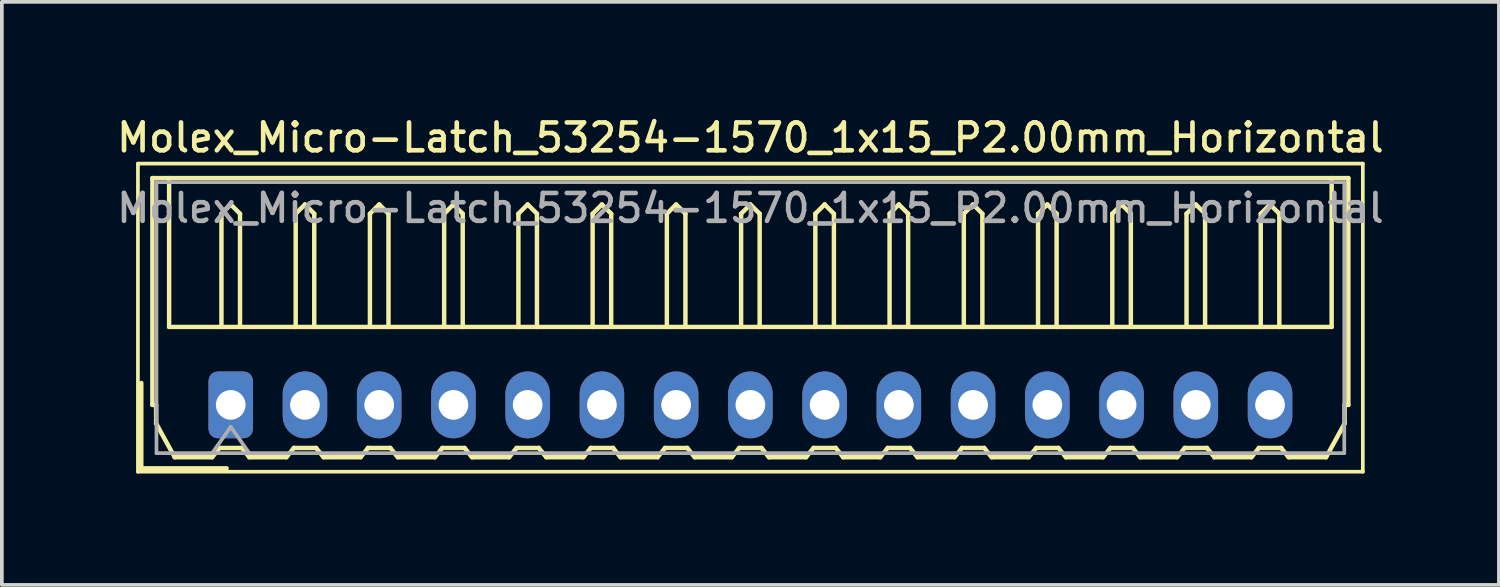
<source format=kicad_pcb>
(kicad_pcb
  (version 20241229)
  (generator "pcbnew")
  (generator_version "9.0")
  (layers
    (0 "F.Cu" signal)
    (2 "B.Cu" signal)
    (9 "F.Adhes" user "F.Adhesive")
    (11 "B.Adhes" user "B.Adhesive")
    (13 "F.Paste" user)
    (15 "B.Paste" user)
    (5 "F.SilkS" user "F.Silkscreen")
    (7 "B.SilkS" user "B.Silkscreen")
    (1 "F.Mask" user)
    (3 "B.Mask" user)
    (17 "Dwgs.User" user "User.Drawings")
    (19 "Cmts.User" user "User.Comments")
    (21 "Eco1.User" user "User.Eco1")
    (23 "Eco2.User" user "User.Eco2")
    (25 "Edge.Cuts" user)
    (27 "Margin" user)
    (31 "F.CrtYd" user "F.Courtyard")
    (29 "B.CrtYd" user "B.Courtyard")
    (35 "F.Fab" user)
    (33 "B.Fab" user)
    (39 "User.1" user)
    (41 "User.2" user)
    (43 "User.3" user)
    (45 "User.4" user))
  (footprint "Molex_Micro-Latch_53254-1570_1x15_P2.00mm_Horizontal"
    (layer "F.Cu")
    (at 3.166 7.858)
    (property "Reference" "Molex_Micro-Latch_53254-1570_1x15_P2.00mm_Horizontal" (at 14 -7.2 0) (layer "F.SilkS") (effects (font (size 0.75 0.75) (thickness 0.125))))
    (attr through_hole)
    (fp_line (start -2.5 -6.5) (end -2.5 1.8) (stroke (width 0.1) (type solid)) (layer "F.SilkS"))
    (fp_line (start -2.5 1.8) (end 30.5 1.8) (stroke (width 0.1) (type solid)) (layer "F.SilkS"))
    (fp_line (start -2.41 1.71) (end -2.41 -0.59) (stroke (width 0.12) (type solid)) (layer "F.SilkS"))
    (fp_line (start -2.11 -6.11) (end 14 -6.11) (stroke (width 0.12) (type solid)) (layer "F.SilkS"))
    (fp_line (start -2.11 0) (end -2.11 -6.11) (stroke (width 0.12) (type solid)) (layer "F.SilkS"))
    (fp_line (start -2.01 0) (end -2.11 0) (stroke (width 0.12) (type solid)) (layer "F.SilkS"))
    (fp_line (start -2.01 0.5) (end -2.01 0) (stroke (width 0.12) (type solid)) (layer "F.SilkS"))
    (fp_line (start -1.66 -6.11) (end -1.66 -2.1) (stroke (width 0.12) (type solid)) (layer "F.SilkS"))
    (fp_line (start -1.66 -2.1) (end 29.66 -2.1) (stroke (width 0.12) (type solid)) (layer "F.SilkS"))
    (fp_line (start -1.51 1.41) (end -2.01 0.5) (stroke (width 0.12) (type solid)) (layer "F.SilkS"))
    (fp_line (start -0.5 1.41) (end -1.51 1.41) (stroke (width 0.12) (type solid)) (layer "F.SilkS"))
    (fp_line (start -0.3 1.16) (end -0.5 1.41) (stroke (width 0.12) (type solid)) (layer "F.SilkS"))
    (fp_line (start -0.3 1.16) (end 0.3 1.16) (stroke (width 0.12) (type solid)) (layer "F.SilkS"))
    (fp_line (start -0.25 -5.15) (end 0 -5.4) (stroke (width 0.12) (type solid)) (layer "F.SilkS"))
    (fp_line (start -0.25 -2.1) (end -0.25 -5.15) (stroke (width 0.12) (type solid)) (layer "F.SilkS"))
    (fp_line (start -0.11 1.71) (end -2.41 1.71) (stroke (width 0.12) (type solid)) (layer "F.SilkS"))
    (fp_line (start 0 -5.4) (end 0.25 -5.15) (stroke (width 0.12) (type solid)) (layer "F.SilkS"))
    (fp_line (start 0.25 -5.15) (end 0.25 -2.1) (stroke (width 0.12) (type solid)) (layer "F.SilkS"))
    (fp_line (start 0.3 1.16) (end 0.5 1.41) (stroke (width 0.12) (type solid)) (layer "F.SilkS"))
    (fp_line (start 0.5 1.41) (end 1.5 1.41) (stroke (width 0.12) (type solid)) (layer "F.SilkS"))
    (fp_line (start 1.5 1.41) (end 1.7 1.16) (stroke (width 0.12) (type solid)) (layer "F.SilkS"))
    (fp_line (start 1.7 1.16) (end 2.3 1.16) (stroke (width 0.12) (type solid)) (layer "F.SilkS"))
    (fp_line (start 1.75 -5.15) (end 2 -5.4) (stroke (width 0.12) (type solid)) (layer "F.SilkS"))
    (fp_line (start 1.75 -2.1) (end 1.75 -5.15) (stroke (width 0.12) (type solid)) (layer "F.SilkS"))
    (fp_line (start 2 -5.4) (end 2.25 -5.15) (stroke (width 0.12) (type solid)) (layer "F.SilkS"))
    (fp_line (start 2.25 -5.15) (end 2.25 -2.1) (stroke (width 0.12) (type solid)) (layer "F.SilkS"))
    (fp_line (start 2.3 1.16) (end 2.5 1.41) (stroke (width 0.12) (type solid)) (layer "F.SilkS"))
    (fp_line (start 2.5 1.41) (end 3.5 1.41) (stroke (width 0.12) (type solid)) (layer "F.SilkS"))
    (fp_line (start 3.5 1.41) (end 3.7 1.16) (stroke (width 0.12) (type solid)) (layer "F.SilkS"))
    (fp_line (start 3.7 1.16) (end 4.3 1.16) (stroke (width 0.12) (type solid)) (layer "F.SilkS"))
    (fp_line (start 3.75 -5.15) (end 4 -5.4) (stroke (width 0.12) (type solid)) (layer "F.SilkS"))
    (fp_line (start 3.75 -2.1) (end 3.75 -5.15) (stroke (width 0.12) (type solid)) (layer "F.SilkS"))
    (fp_line (start 4 -5.4) (end 4.25 -5.15) (stroke (width 0.12) (type solid)) (layer "F.SilkS"))
    (fp_line (start 4.25 -5.15) (end 4.25 -2.1) (stroke (width 0.12) (type solid)) (layer "F.SilkS"))
    (fp_line (start 4.3 1.16) (end 4.5 1.41) (stroke (width 0.12) (type solid)) (layer "F.SilkS"))
    (fp_line (start 4.5 1.41) (end 5.5 1.41) (stroke (width 0.12) (type solid)) (layer "F.SilkS"))
    (fp_line (start 5.5 1.41) (end 5.7 1.16) (stroke (width 0.12) (type solid)) (layer "F.SilkS"))
    (fp_line (start 5.7 1.16) (end 6.3 1.16) (stroke (width 0.12) (type solid)) (layer "F.SilkS"))
    (fp_line (start 5.75 -5.15) (end 6 -5.4) (stroke (width 0.12) (type solid)) (layer "F.SilkS"))
    (fp_line (start 5.75 -2.1) (end 5.75 -5.15) (stroke (width 0.12) (type solid)) (layer "F.SilkS"))
    (fp_line (start 6 -5.4) (end 6.25 -5.15) (stroke (width 0.12) (type solid)) (layer "F.SilkS"))
    (fp_line (start 6.25 -5.15) (end 6.25 -2.1) (stroke (width 0.12) (type solid)) (layer "F.SilkS"))
    (fp_line (start 6.3 1.16) (end 6.5 1.41) (stroke (width 0.12) (type solid)) (layer "F.SilkS"))
    (fp_line (start 6.5 1.41) (end 7.5 1.41) (stroke (width 0.12) (type solid)) (layer "F.SilkS"))
    (fp_line (start 7.5 1.41) (end 7.7 1.16) (stroke (width 0.12) (type solid)) (layer "F.SilkS"))
    (fp_line (start 7.7 1.16) (end 8.3 1.16) (stroke (width 0.12) (type solid)) (layer "F.SilkS"))
    (fp_line (start 7.75 -5.15) (end 8 -5.4) (stroke (width 0.12) (type solid)) (layer "F.SilkS"))
    (fp_line (start 7.75 -2.1) (end 7.75 -5.15) (stroke (width 0.12) (type solid)) (layer "F.SilkS"))
    (fp_line (start 8 -5.4) (end 8.25 -5.15) (stroke (width 0.12) (type solid)) (layer "F.SilkS"))
    (fp_line (start 8.25 -5.15) (end 8.25 -2.1) (stroke (width 0.12) (type solid)) (layer "F.SilkS"))
    (fp_line (start 8.3 1.16) (end 8.5 1.41) (stroke (width 0.12) (type solid)) (layer "F.SilkS"))
    (fp_line (start 8.5 1.41) (end 9.5 1.41) (stroke (width 0.12) (type solid)) (layer "F.SilkS"))
    (fp_line (start 9.5 1.41) (end 9.7 1.16) (stroke (width 0.12) (type solid)) (layer "F.SilkS"))
    (fp_line (start 9.7 1.16) (end 10.3 1.16) (stroke (width 0.12) (type solid)) (layer "F.SilkS"))
    (fp_line (start 9.75 -5.15) (end 10 -5.4) (stroke (width 0.12) (type solid)) (layer "F.SilkS"))
    (fp_line (start 9.75 -2.1) (end 9.75 -5.15) (stroke (width 0.12) (type solid)) (layer "F.SilkS"))
    (fp_line (start 10 -5.4) (end 10.25 -5.15) (stroke (width 0.12) (type solid)) (layer "F.SilkS"))
    (fp_line (start 10.25 -5.15) (end 10.25 -2.1) (stroke (width 0.12) (type solid)) (layer "F.SilkS"))
    (fp_line (start 10.3 1.16) (end 10.5 1.41) (stroke (width 0.12) (type solid)) (layer "F.SilkS"))
    (fp_line (start 10.5 1.41) (end 11.5 1.41) (stroke (width 0.12) (type solid)) (layer "F.SilkS"))
    (fp_line (start 11.5 1.41) (end 11.7 1.16) (stroke (width 0.12) (type solid)) (layer "F.SilkS"))
    (fp_line (start 11.7 1.16) (end 12.3 1.16) (stroke (width 0.12) (type solid)) (layer "F.SilkS"))
    (fp_line (start 11.75 -5.15) (end 12 -5.4) (stroke (width 0.12) (type solid)) (layer "F.SilkS"))
    (fp_line (start 11.75 -2.1) (end 11.75 -5.15) (stroke (width 0.12) (type solid)) (layer "F.SilkS"))
    (fp_line (start 12 -5.4) (end 12.25 -5.15) (stroke (width 0.12) (type solid)) (layer "F.SilkS"))
    (fp_line (start 12.25 -5.15) (end 12.25 -2.1) (stroke (width 0.12) (type solid)) (layer "F.SilkS"))
    (fp_line (start 12.3 1.16) (end 12.5 1.41) (stroke (width 0.12) (type solid)) (layer "F.SilkS"))
    (fp_line (start 12.5 1.41) (end 13.5 1.41) (stroke (width 0.12) (type solid)) (layer "F.SilkS"))
    (fp_line (start 13.5 1.41) (end 13.7 1.16) (stroke (width 0.12) (type solid)) (layer "F.SilkS"))
    (fp_line (start 13.7 1.16) (end 14.3 1.16) (stroke (width 0.12) (type solid)) (layer "F.SilkS"))
    (fp_line (start 13.75 -5.15) (end 14 -5.4) (stroke (width 0.12) (type solid)) (layer "F.SilkS"))
    (fp_line (start 13.75 -2.1) (end 13.75 -5.15) (stroke (width 0.12) (type solid)) (layer "F.SilkS"))
    (fp_line (start 14 -5.4) (end 14.25 -5.15) (stroke (width 0.12) (type solid)) (layer "F.SilkS"))
    (fp_line (start 14.25 -5.15) (end 14.25 -2.1) (stroke (width 0.12) (type solid)) (layer "F.SilkS"))
    (fp_line (start 14.3 1.16) (end 14.5 1.41) (stroke (width 0.12) (type solid)) (layer "F.SilkS"))
    (fp_line (start 14.5 1.41) (end 15.5 1.41) (stroke (width 0.12) (type solid)) (layer "F.SilkS"))
    (fp_line (start 15.5 1.41) (end 15.7 1.16) (stroke (width 0.12) (type solid)) (layer "F.SilkS"))
    (fp_line (start 15.7 1.16) (end 16.3 1.16) (stroke (width 0.12) (type solid)) (layer "F.SilkS"))
    (fp_line (start 15.75 -5.15) (end 16 -5.4) (stroke (width 0.12) (type solid)) (layer "F.SilkS"))
    (fp_line (start 15.75 -2.1) (end 15.75 -5.15) (stroke (width 0.12) (type solid)) (layer "F.SilkS"))
    (fp_line (start 16 -5.4) (end 16.25 -5.15) (stroke (width 0.12) (type solid)) (layer "F.SilkS"))
    (fp_line (start 16.25 -5.15) (end 16.25 -2.1) (stroke (width 0.12) (type solid)) (layer "F.SilkS"))
    (fp_line (start 16.3 1.16) (end 16.5 1.41) (stroke (width 0.12) (type solid)) (layer "F.SilkS"))
    (fp_line (start 16.5 1.41) (end 17.5 1.41) (stroke (width 0.12) (type solid)) (layer "F.SilkS"))
    (fp_line (start 17.5 1.41) (end 17.7 1.16) (stroke (width 0.12) (type solid)) (layer "F.SilkS"))
    (fp_line (start 17.7 1.16) (end 18.3 1.16) (stroke (width 0.12) (type solid)) (layer "F.SilkS"))
    (fp_line (start 17.75 -5.15) (end 18 -5.4) (stroke (width 0.12) (type solid)) (layer "F.SilkS"))
    (fp_line (start 17.75 -2.1) (end 17.75 -5.15) (stroke (width 0.12) (type solid)) (layer "F.SilkS"))
    (fp_line (start 18 -5.4) (end 18.25 -5.15) (stroke (width 0.12) (type solid)) (layer "F.SilkS"))
    (fp_line (start 18.25 -5.15) (end 18.25 -2.1) (stroke (width 0.12) (type solid)) (layer "F.SilkS"))
    (fp_line (start 18.3 1.16) (end 18.5 1.41) (stroke (width 0.12) (type solid)) (layer "F.SilkS"))
    (fp_line (start 18.5 1.41) (end 19.5 1.41) (stroke (width 0.12) (type solid)) (layer "F.SilkS"))
    (fp_line (start 19.5 1.41) (end 19.7 1.16) (stroke (width 0.12) (type solid)) (layer "F.SilkS"))
    (fp_line (start 19.7 1.16) (end 20.3 1.16) (stroke (width 0.12) (type solid)) (layer "F.SilkS"))
    (fp_line (start 19.75 -5.15) (end 20 -5.4) (stroke (width 0.12) (type solid)) (layer "F.SilkS"))
    (fp_line (start 19.75 -2.1) (end 19.75 -5.15) (stroke (width 0.12) (type solid)) (layer "F.SilkS"))
    (fp_line (start 20 -5.4) (end 20.25 -5.15) (stroke (width 0.12) (type solid)) (layer "F.SilkS"))
    (fp_line (start 20.25 -5.15) (end 20.25 -2.1) (stroke (width 0.12) (type solid)) (layer "F.SilkS"))
    (fp_line (start 20.3 1.16) (end 20.5 1.41) (stroke (width 0.12) (type solid)) (layer "F.SilkS"))
    (fp_line (start 20.5 1.41) (end 21.5 1.41) (stroke (width 0.12) (type solid)) (layer "F.SilkS"))
    (fp_line (start 21.5 1.41) (end 21.7 1.16) (stroke (width 0.12) (type solid)) (layer "F.SilkS"))
    (fp_line (start 21.7 1.16) (end 22.3 1.16) (stroke (width 0.12) (type solid)) (layer "F.SilkS"))
    (fp_line (start 21.75 -5.15) (end 22 -5.4) (stroke (width 0.12) (type solid)) (layer "F.SilkS"))
    (fp_line (start 21.75 -2.1) (end 21.75 -5.15) (stroke (width 0.12) (type solid)) (layer "F.SilkS"))
    (fp_line (start 22 -5.4) (end 22.25 -5.15) (stroke (width 0.12) (type solid)) (layer "F.SilkS"))
    (fp_line (start 22.25 -5.15) (end 22.25 -2.1) (stroke (width 0.12) (type solid)) (layer "F.SilkS"))
    (fp_line (start 22.3 1.16) (end 22.5 1.41) (stroke (width 0.12) (type solid)) (layer "F.SilkS"))
    (fp_line (start 22.5 1.41) (end 23.5 1.41) (stroke (width 0.12) (type solid)) (layer "F.SilkS"))
    (fp_line (start 23.5 1.41) (end 23.7 1.16) (stroke (width 0.12) (type solid)) (layer "F.SilkS"))
    (fp_line (start 23.7 1.16) (end 24.3 1.16) (stroke (width 0.12) (type solid)) (layer "F.SilkS"))
    (fp_line (start 23.75 -5.15) (end 24 -5.4) (stroke (width 0.12) (type solid)) (layer "F.SilkS"))
    (fp_line (start 23.75 -2.1) (end 23.75 -5.15) (stroke (width 0.12) (type solid)) (layer "F.SilkS"))
    (fp_line (start 24 -5.4) (end 24.25 -5.15) (stroke (width 0.12) (type solid)) (layer "F.SilkS"))
    (fp_line (start 24.25 -5.15) (end 24.25 -2.1) (stroke (width 0.12) (type solid)) (layer "F.SilkS"))
    (fp_line (start 24.3 1.16) (end 24.5 1.41) (stroke (width 0.12) (type solid)) (layer "F.SilkS"))
    (fp_line (start 24.5 1.41) (end 25.5 1.41) (stroke (width 0.12) (type solid)) (layer "F.SilkS"))
    (fp_line (start 25.5 1.41) (end 25.7 1.16) (stroke (width 0.12) (type solid)) (layer "F.SilkS"))
    (fp_line (start 25.7 1.16) (end 26.3 1.16) (stroke (width 0.12) (type solid)) (layer "F.SilkS"))
    (fp_line (start 25.75 -5.15) (end 26 -5.4) (stroke (width 0.12) (type solid)) (layer "F.SilkS"))
    (fp_line (start 25.75 -2.1) (end 25.75 -5.15) (stroke (width 0.12) (type solid)) (layer "F.SilkS"))
    (fp_line (start 26 -5.4) (end 26.25 -5.15) (stroke (width 0.12) (type solid)) (layer "F.SilkS"))
    (fp_line (start 26.25 -5.15) (end 26.25 -2.1) (stroke (width 0.12) (type solid)) (layer "F.SilkS"))
    (fp_line (start 26.3 1.16) (end 26.5 1.41) (stroke (width 0.12) (type solid)) (layer "F.SilkS"))
    (fp_line (start 26.5 1.41) (end 27.5 1.41) (stroke (width 0.12) (type solid)) (layer "F.SilkS"))
    (fp_line (start 27.5 1.41) (end 27.7 1.16) (stroke (width 0.12) (type solid)) (layer "F.SilkS"))
    (fp_line (start 27.7 1.16) (end 28.3 1.16) (stroke (width 0.12) (type solid)) (layer "F.SilkS"))
    (fp_line (start 27.75 -5.15) (end 28 -5.4) (stroke (width 0.12) (type solid)) (layer "F.SilkS"))
    (fp_line (start 27.75 -2.1) (end 27.75 -5.15) (stroke (width 0.12) (type solid)) (layer "F.SilkS"))
    (fp_line (start 28 -5.4) (end 28.25 -5.15) (stroke (width 0.12) (type solid)) (layer "F.SilkS"))
    (fp_line (start 28.25 -5.15) (end 28.25 -2.1) (stroke (width 0.12) (type solid)) (layer "F.SilkS"))
    (fp_line (start 28.3 1.16) (end 28.5 1.41) (stroke (width 0.12) (type solid)) (layer "F.SilkS"))
    (fp_line (start 28.5 1.41) (end 29.51 1.41) (stroke (width 0.12) (type solid)) (layer "F.SilkS"))
    (fp_line (start 29.51 1.41) (end 30.01 0.5) (stroke (width 0.12) (type solid)) (layer "F.SilkS"))
    (fp_line (start 29.66 -2.1) (end 29.66 -6.11) (stroke (width 0.12) (type solid)) (layer "F.SilkS"))
    (fp_line (start 30.01 0) (end 30.11 0) (stroke (width 0.12) (type solid)) (layer "F.SilkS"))
    (fp_line (start 30.01 0.5) (end 30.01 0) (stroke (width 0.12) (type solid)) (layer "F.SilkS"))
    (fp_line (start 30.11 -6.11) (end 14 -6.11) (stroke (width 0.12) (type solid)) (layer "F.SilkS"))
    (fp_line (start 30.11 0) (end 30.11 -6.11) (stroke (width 0.12) (type solid)) (layer "F.SilkS"))
    (fp_line (start 30.5 -6.5) (end -2.5 -6.5) (stroke (width 0.1) (type solid)) (layer "F.SilkS"))
    (fp_line (start 30.5 1.8) (end 30.5 -6.5) (stroke (width 0.1) (type solid)) (layer "F.SilkS"))
    (fp_line (start -2 -6) (end -2 1.3) (stroke (width 0.1) (type solid)) (layer "F.Fab"))
    (fp_line (start -2 1.3) (end 30 1.3) (stroke (width 0.1) (type solid)) (layer "F.Fab"))
    (fp_line (start -0.5 1.3) (end 0 0.593) (stroke (width 0.1) (type solid)) (layer "F.Fab"))
    (fp_line (start 0 0.593) (end 0.5 1.3) (stroke (width 0.1) (type solid)) (layer "F.Fab"))
    (fp_line (start 30 -6) (end -2 -6) (stroke (width 0.1) (type solid)) (layer "F.Fab"))
    (fp_line (start 30 1.3) (end 30 -6) (stroke (width 0.1) (type solid)) (layer "F.Fab"))
    (fp_text user "${REFERENCE}" (at 14 -5.3 0) (layer "F.Fab") (effects (font (size 0.75 0.75) (thickness 0.125))))
    (pad "1" thru_hole roundrect (at 0 0) (size 1.2 1.8) (drill 0.8) (layers "*.Cu" "*.Mask") (roundrect_rratio 0.208))
    (pad "2" thru_hole oval (at 2 0) (size 1.2 1.8) (drill 0.8) (layers "*.Cu" "*.Mask"))
    (pad "3" thru_hole oval (at 4 0) (size 1.2 1.8) (drill 0.8) (layers "*.Cu" "*.Mask"))
    (pad "4" thru_hole oval (at 6 0) (size 1.2 1.8) (drill 0.8) (layers "*.Cu" "*.Mask"))
    (pad "5" thru_hole oval (at 8 0) (size 1.2 1.8) (drill 0.8) (layers "*.Cu" "*.Mask"))
    (pad "6" thru_hole oval (at 10 0) (size 1.2 1.8) (drill 0.8) (layers "*.Cu" "*.Mask"))
    (pad "7" thru_hole oval (at 12 0) (size 1.2 1.8) (drill 0.8) (layers "*.Cu" "*.Mask"))
    (pad "8" thru_hole oval (at 14 0) (size 1.2 1.8) (drill 0.8) (layers "*.Cu" "*.Mask"))
    (pad "9" thru_hole oval (at 16 0) (size 1.2 1.8) (drill 0.8) (layers "*.Cu" "*.Mask"))
    (pad "10" thru_hole oval (at 18 0) (size 1.2 1.8) (drill 0.8) (layers "*.Cu" "*.Mask"))
    (pad "11" thru_hole oval (at 20 0) (size 1.2 1.8) (drill 0.8) (layers "*.Cu" "*.Mask"))
    (pad "12" thru_hole oval (at 22 0) (size 1.2 1.8) (drill 0.8) (layers "*.Cu" "*.Mask"))
    (pad "13" thru_hole oval (at 24 0) (size 1.2 1.8) (drill 0.8) (layers "*.Cu" "*.Mask"))
    (pad "14" thru_hole oval (at 26 0) (size 1.2 1.8) (drill 0.8) (layers "*.Cu" "*.Mask"))
    (pad "15" thru_hole oval (at 28 0) (size 1.2 1.8) (drill 0.8) (layers "*.Cu" "*.Mask")))
  (gr_rect
    (start -3 -3)
    (end 37.332 12.708)
    (stroke (width 0.1) (type default))
    (fill no)
    (layer "Edge.Cuts")))
</source>
